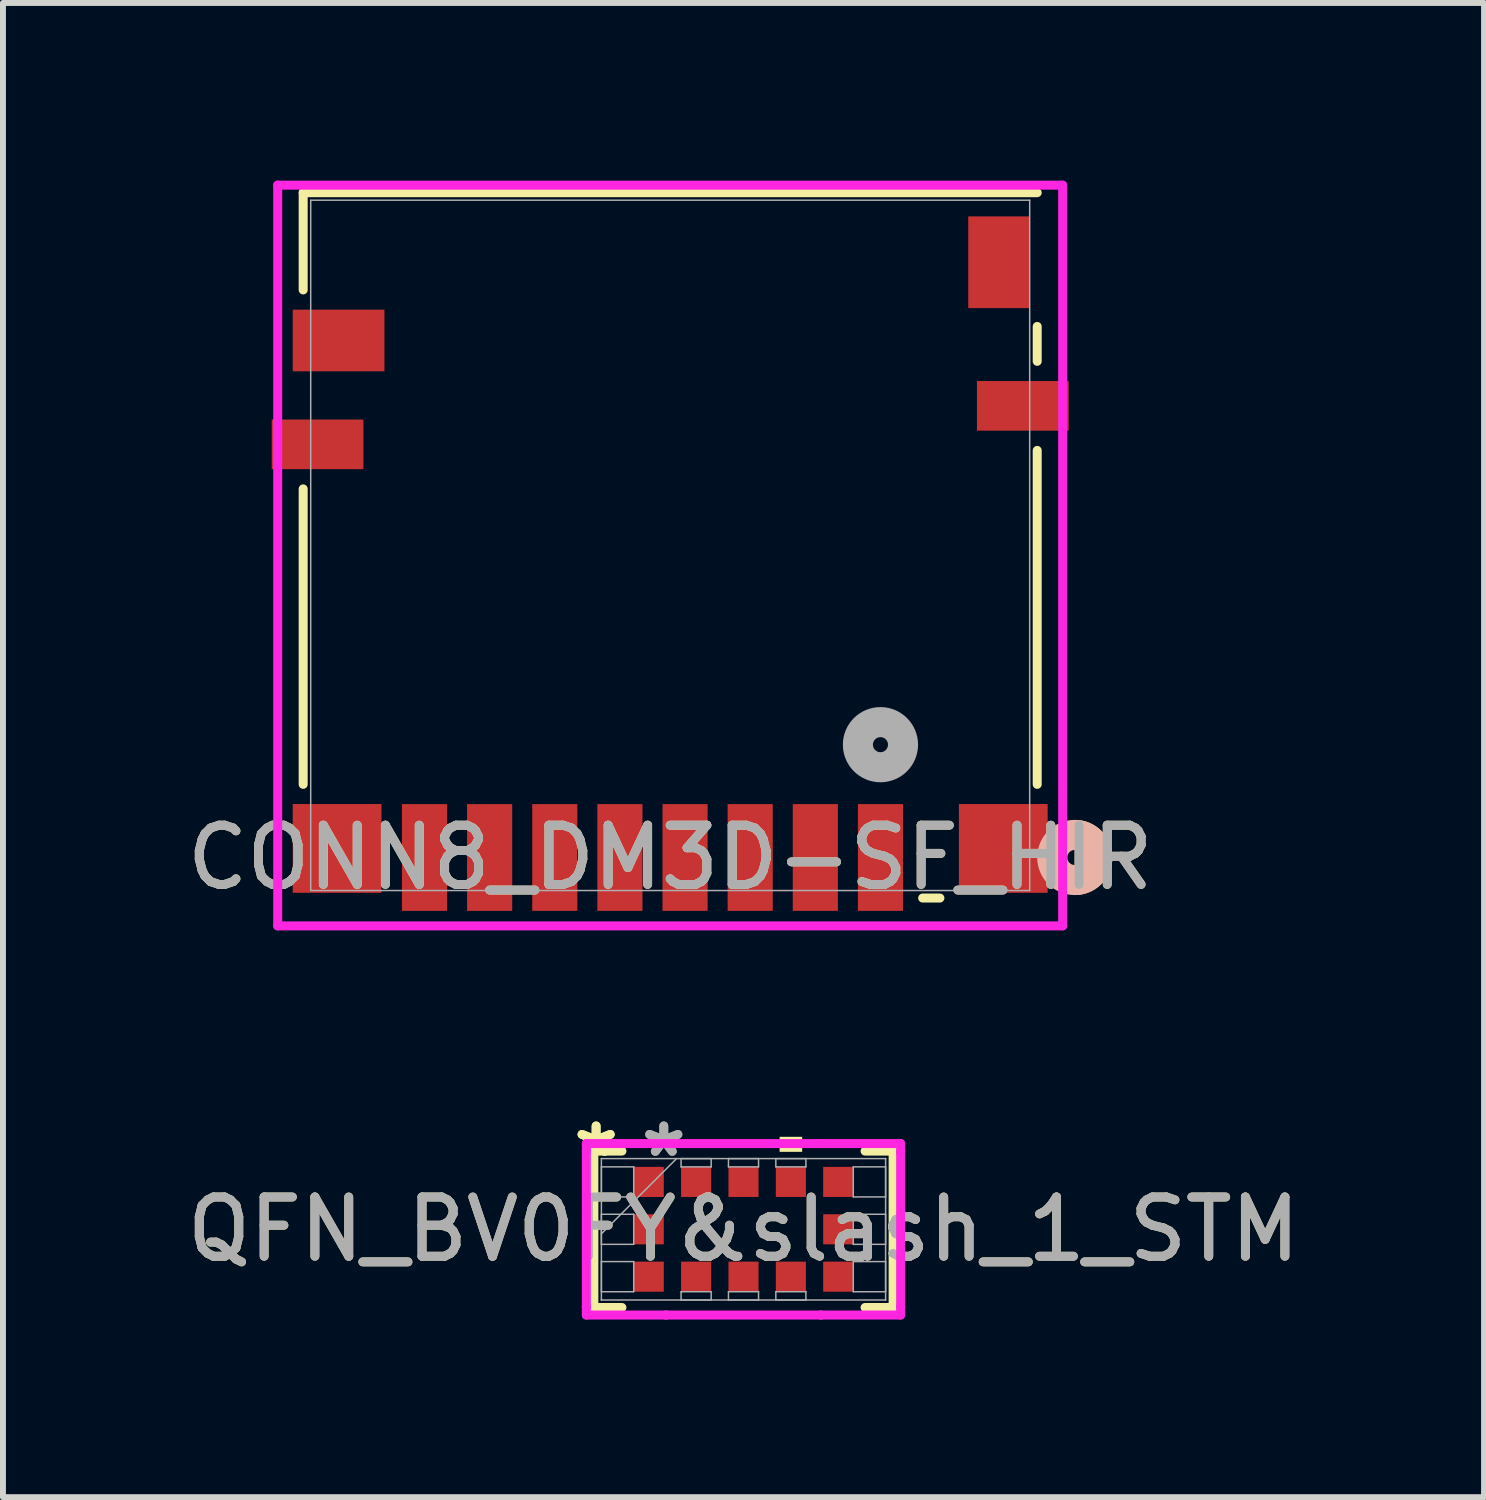
<source format=kicad_pcb>
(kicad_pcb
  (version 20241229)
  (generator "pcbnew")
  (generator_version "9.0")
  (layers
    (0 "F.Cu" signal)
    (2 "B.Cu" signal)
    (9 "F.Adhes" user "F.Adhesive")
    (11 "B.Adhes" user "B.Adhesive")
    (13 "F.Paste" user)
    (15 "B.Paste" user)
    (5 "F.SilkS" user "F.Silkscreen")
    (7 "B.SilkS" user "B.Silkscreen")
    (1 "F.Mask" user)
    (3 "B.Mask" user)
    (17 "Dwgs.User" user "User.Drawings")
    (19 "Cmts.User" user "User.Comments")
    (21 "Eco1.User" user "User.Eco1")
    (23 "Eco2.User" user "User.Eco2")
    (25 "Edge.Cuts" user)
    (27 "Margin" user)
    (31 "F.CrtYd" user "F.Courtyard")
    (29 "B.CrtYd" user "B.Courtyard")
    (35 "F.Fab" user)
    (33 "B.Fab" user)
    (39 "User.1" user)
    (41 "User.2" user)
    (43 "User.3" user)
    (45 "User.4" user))
  (footprint "QFN_BV0FY&slash_1_STM"
    (layer "F.Cu")
    (at 9.506 17.71)
    (property "Reference" "QFN_BV0FY&slash_1_STM" (at 0 0 0) (unlocked yes) (layer "F.SilkS") (effects (font (size 1 1) (thickness 0.15))))
    (attr smd)
    (fp_line (start -2.527 -1.321) (end -2.527 1.321) (stroke (width 0.152) (type solid)) (layer "F.SilkS"))
    (fp_line (start -2.527 1.321) (end -2.053 1.321) (stroke (width 0.152) (type solid)) (layer "F.SilkS"))
    (fp_line (start -2.053 -1.321) (end -2.527 -1.321) (stroke (width 0.152) (type solid)) (layer "F.SilkS"))
    (fp_line (start 2.053 1.321) (end 2.527 1.321) (stroke (width 0.152) (type solid)) (layer "F.SilkS"))
    (fp_line (start 2.527 -1.321) (end 2.053 -1.321) (stroke (width 0.152) (type solid)) (layer "F.SilkS"))
    (fp_line (start 2.527 1.321) (end 2.527 -1.321) (stroke (width 0.152) (type solid)) (layer "F.SilkS"))
    (fp_poly (pts (xy 0.61 -1.308) (xy 0.61 -1.562) (xy 0.991 -1.562) (xy 0.991 -1.308)) (stroke (width 0) (type solid)) (fill yes) (layer "F.SilkS"))
    (fp_line (start -2.654 -1.448) (end -1.308 -1.448) (stroke (width 0.152) (type solid)) (layer "F.CrtYd"))
    (fp_line (start -2.654 -1.308) (end -2.654 -1.448) (stroke (width 0.152) (type solid)) (layer "F.CrtYd"))
    (fp_line (start -2.654 -1.308) (end -2.654 -1.308) (stroke (width 0.152) (type solid)) (layer "F.CrtYd"))
    (fp_line (start -2.654 1.308) (end -2.654 -1.308) (stroke (width 0.152) (type solid)) (layer "F.CrtYd"))
    (fp_line (start -2.654 1.308) (end -2.654 1.308) (stroke (width 0.152) (type solid)) (layer "F.CrtYd"))
    (fp_line (start -2.654 1.448) (end -2.654 1.308) (stroke (width 0.152) (type solid)) (layer "F.CrtYd"))
    (fp_line (start -1.308 -1.448) (end -1.308 -1.448) (stroke (width 0.152) (type solid)) (layer "F.CrtYd"))
    (fp_line (start -1.308 -1.448) (end 1.308 -1.448) (stroke (width 0.152) (type solid)) (layer "F.CrtYd"))
    (fp_line (start -1.308 1.448) (end -2.654 1.448) (stroke (width 0.152) (type solid)) (layer "F.CrtYd"))
    (fp_line (start -1.308 1.448) (end -1.308 1.448) (stroke (width 0.152) (type solid)) (layer "F.CrtYd"))
    (fp_line (start 1.308 -1.448) (end 1.308 -1.448) (stroke (width 0.152) (type solid)) (layer "F.CrtYd"))
    (fp_line (start 1.308 -1.448) (end 2.654 -1.448) (stroke (width 0.152) (type solid)) (layer "F.CrtYd"))
    (fp_line (start 1.308 1.448) (end -1.308 1.448) (stroke (width 0.152) (type solid)) (layer "F.CrtYd"))
    (fp_line (start 1.308 1.448) (end 1.308 1.448) (stroke (width 0.152) (type solid)) (layer "F.CrtYd"))
    (fp_line (start 2.654 -1.448) (end 2.654 -1.308) (stroke (width 0.152) (type solid)) (layer "F.CrtYd"))
    (fp_line (start 2.654 -1.308) (end 2.654 -1.308) (stroke (width 0.152) (type solid)) (layer "F.CrtYd"))
    (fp_line (start 2.654 -1.308) (end 2.654 1.308) (stroke (width 0.152) (type solid)) (layer "F.CrtYd"))
    (fp_line (start 2.654 1.308) (end 2.654 1.308) (stroke (width 0.152) (type solid)) (layer "F.CrtYd"))
    (fp_line (start 2.654 1.308) (end 2.654 1.448) (stroke (width 0.152) (type solid)) (layer "F.CrtYd"))
    (fp_line (start 2.654 1.448) (end 1.308 1.448) (stroke (width 0.152) (type solid)) (layer "F.CrtYd"))
    (fp_line (start -2.4 -1.194) (end -2.4 -1.194) (stroke (width 0.025) (type solid)) (layer "F.Fab"))
    (fp_line (start -2.4 -1.194) (end -2.4 1.194) (stroke (width 0.025) (type solid)) (layer "F.Fab"))
    (fp_line (start -2.4 -1.054) (end -1.854 -1.054) (stroke (width 0.025) (type solid)) (layer "F.Fab"))
    (fp_line (start -2.4 -0.546) (end -2.4 -1.054) (stroke (width 0.025) (type solid)) (layer "F.Fab"))
    (fp_line (start -2.4 -0.254) (end -1.854 -0.254) (stroke (width 0.025) (type solid)) (layer "F.Fab"))
    (fp_line (start -2.4 0.076) (end -1.13 -1.194) (stroke (width 0.025) (type solid)) (layer "F.Fab"))
    (fp_line (start -2.4 0.254) (end -2.4 -0.254) (stroke (width 0.025) (type solid)) (layer "F.Fab"))
    (fp_line (start -2.4 0.546) (end -1.854 0.546) (stroke (width 0.025) (type solid)) (layer "F.Fab"))
    (fp_line (start -2.4 1.054) (end -2.4 0.546) (stroke (width 0.025) (type solid)) (layer "F.Fab"))
    (fp_line (start -2.4 1.194) (end -2.4 1.194) (stroke (width 0.025) (type solid)) (layer "F.Fab"))
    (fp_line (start -2.4 1.194) (end 2.4 1.194) (stroke (width 0.025) (type solid)) (layer "F.Fab"))
    (fp_line (start -1.854 -1.054) (end -1.854 -0.546) (stroke (width 0.025) (type solid)) (layer "F.Fab"))
    (fp_line (start -1.854 -0.546) (end -2.4 -0.546) (stroke (width 0.025) (type solid)) (layer "F.Fab"))
    (fp_line (start -1.854 -0.254) (end -1.854 0.254) (stroke (width 0.025) (type solid)) (layer "F.Fab"))
    (fp_line (start -1.854 0.254) (end -2.4 0.254) (stroke (width 0.025) (type solid)) (layer "F.Fab"))
    (fp_line (start -1.854 0.546) (end -1.854 1.054) (stroke (width 0.025) (type solid)) (layer "F.Fab"))
    (fp_line (start -1.854 1.054) (end -2.4 1.054) (stroke (width 0.025) (type solid)) (layer "F.Fab"))
    (fp_line (start -1.054 -1.194) (end -0.546 -1.194) (stroke (width 0.025) (type solid)) (layer "F.Fab"))
    (fp_line (start -1.054 -1.054) (end -1.054 -1.194) (stroke (width 0.025) (type solid)) (layer "F.Fab"))
    (fp_line (start -1.054 1.054) (end -0.546 1.054) (stroke (width 0.025) (type solid)) (layer "F.Fab"))
    (fp_line (start -1.054 1.194) (end -1.054 1.054) (stroke (width 0.025) (type solid)) (layer "F.Fab"))
    (fp_line (start -0.546 -1.194) (end -0.546 -1.054) (stroke (width 0.025) (type solid)) (layer "F.Fab"))
    (fp_line (start -0.546 -1.054) (end -1.054 -1.054) (stroke (width 0.025) (type solid)) (layer "F.Fab"))
    (fp_line (start -0.546 1.054) (end -0.546 1.194) (stroke (width 0.025) (type solid)) (layer "F.Fab"))
    (fp_line (start -0.546 1.194) (end -1.054 1.194) (stroke (width 0.025) (type solid)) (layer "F.Fab"))
    (fp_line (start -0.254 -1.194) (end 0.254 -1.194) (stroke (width 0.025) (type solid)) (layer "F.Fab"))
    (fp_line (start -0.254 -1.054) (end -0.254 -1.194) (stroke (width 0.025) (type solid)) (layer "F.Fab"))
    (fp_line (start -0.254 1.054) (end 0.254 1.054) (stroke (width 0.025) (type solid)) (layer "F.Fab"))
    (fp_line (start -0.254 1.194) (end -0.254 1.054) (stroke (width 0.025) (type solid)) (layer "F.Fab"))
    (fp_line (start 0.254 -1.194) (end 0.254 -1.054) (stroke (width 0.025) (type solid)) (layer "F.Fab"))
    (fp_line (start 0.254 -1.054) (end -0.254 -1.054) (stroke (width 0.025) (type solid)) (layer "F.Fab"))
    (fp_line (start 0.254 1.054) (end 0.254 1.194) (stroke (width 0.025) (type solid)) (layer "F.Fab"))
    (fp_line (start 0.254 1.194) (end -0.254 1.194) (stroke (width 0.025) (type solid)) (layer "F.Fab"))
    (fp_line (start 0.546 -1.194) (end 1.054 -1.194) (stroke (width 0.025) (type solid)) (layer "F.Fab"))
    (fp_line (start 0.546 -1.054) (end 0.546 -1.194) (stroke (width 0.025) (type solid)) (layer "F.Fab"))
    (fp_line (start 0.546 1.054) (end 1.054 1.054) (stroke (width 0.025) (type solid)) (layer "F.Fab"))
    (fp_line (start 0.546 1.194) (end 0.546 1.054) (stroke (width 0.025) (type solid)) (layer "F.Fab"))
    (fp_line (start 1.054 -1.194) (end 1.054 -1.054) (stroke (width 0.025) (type solid)) (layer "F.Fab"))
    (fp_line (start 1.054 -1.054) (end 0.546 -1.054) (stroke (width 0.025) (type solid)) (layer "F.Fab"))
    (fp_line (start 1.054 1.054) (end 1.054 1.194) (stroke (width 0.025) (type solid)) (layer "F.Fab"))
    (fp_line (start 1.054 1.194) (end 0.546 1.194) (stroke (width 0.025) (type solid)) (layer "F.Fab"))
    (fp_line (start 1.854 -1.054) (end 2.4 -1.054) (stroke (width 0.025) (type solid)) (layer "F.Fab"))
    (fp_line (start 1.854 -0.546) (end 1.854 -1.054) (stroke (width 0.025) (type solid)) (layer "F.Fab"))
    (fp_line (start 1.854 -0.254) (end 2.4 -0.254) (stroke (width 0.025) (type solid)) (layer "F.Fab"))
    (fp_line (start 1.854 0.254) (end 1.854 -0.254) (stroke (width 0.025) (type solid)) (layer "F.Fab"))
    (fp_line (start 1.854 0.546) (end 2.4 0.546) (stroke (width 0.025) (type solid)) (layer "F.Fab"))
    (fp_line (start 1.854 1.054) (end 1.854 0.546) (stroke (width 0.025) (type solid)) (layer "F.Fab"))
    (fp_line (start 2.4 -1.194) (end -2.4 -1.194) (stroke (width 0.025) (type solid)) (layer "F.Fab"))
    (fp_line (start 2.4 -1.194) (end 2.4 -1.194) (stroke (width 0.025) (type solid)) (layer "F.Fab"))
    (fp_line (start 2.4 -1.054) (end 2.4 -0.546) (stroke (width 0.025) (type solid)) (layer "F.Fab"))
    (fp_line (start 2.4 -0.546) (end 1.854 -0.546) (stroke (width 0.025) (type solid)) (layer "F.Fab"))
    (fp_line (start 2.4 -0.254) (end 2.4 0.254) (stroke (width 0.025) (type solid)) (layer "F.Fab"))
    (fp_line (start 2.4 0.254) (end 1.854 0.254) (stroke (width 0.025) (type solid)) (layer "F.Fab"))
    (fp_line (start 2.4 0.546) (end 2.4 1.054) (stroke (width 0.025) (type solid)) (layer "F.Fab"))
    (fp_line (start 2.4 1.054) (end 1.854 1.054) (stroke (width 0.025) (type solid)) (layer "F.Fab"))
    (fp_line (start 2.4 1.194) (end 2.4 -1.194) (stroke (width 0.025) (type solid)) (layer "F.Fab"))
    (fp_line (start 2.4 1.194) (end 2.4 1.194) (stroke (width 0.025) (type solid)) (layer "F.Fab"))
    (fp_text user "*" (at -2.489 -1.2 0) (unlocked yes) (layer "F.SilkS") (effects (font (size 1 1) (thickness 0.15))))
    (fp_text user "*" (at -2.489 -1.2 0) (layer "F.SilkS") (effects (font (size 1 1) (thickness 0.15))))
    (fp_text user "*" (at -1.346 -1.2 0) (unlocked yes) (layer "F.Fab") (effects (font (size 1 1) (thickness 0.15))))
    (fp_text user "*" (at -1.346 -1.2 0) (layer "F.Fab") (effects (font (size 1 1) (thickness 0.15))))
    (fp_text user "${REFERENCE}" (at 0 0 0) (unlocked yes) (layer "F.Fab") (effects (font (size 1 1) (thickness 0.15))))
    (pad "1" smd rect (at -1.6 -0.8 90) (size 0.508 0.508) (layers "F.Cu" "F.Mask" "F.Paste"))
    (pad "2" smd rect (at -0.8 -0.8) (size 0.508 0.508) (layers "F.Cu" "F.Mask" "F.Paste"))
    (pad "3" smd rect (at 0 -0.8) (size 0.508 0.508) (layers "F.Cu" "F.Mask" "F.Paste"))
    (pad "4" smd rect (at 0.8 -0.8) (size 0.508 0.508) (layers "F.Cu" "F.Mask" "F.Paste"))
    (pad "5" smd rect (at 1.6 -0.8 90) (size 0.508 0.508) (layers "F.Cu" "F.Mask" "F.Paste"))
    (pad "6" smd rect (at 1.6 0 90) (size 0.508 0.508) (layers "F.Cu" "F.Mask" "F.Paste"))
    (pad "7" smd rect (at 1.6 0.8 90) (size 0.508 0.508) (layers "F.Cu" "F.Mask" "F.Paste"))
    (pad "8" smd rect (at 0.8 0.8) (size 0.508 0.508) (layers "F.Cu" "F.Mask" "F.Paste"))
    (pad "9" smd rect (at 0 0.8) (size 0.508 0.508) (layers "F.Cu" "F.Mask" "F.Paste"))
    (pad "10" smd rect (at -0.8 0.8) (size 0.508 0.508) (layers "F.Cu" "F.Mask" "F.Paste"))
    (pad "11" smd rect (at -1.6 0.8 90) (size 0.508 0.508) (layers "F.Cu" "F.Mask" "F.Paste"))
    (pad "12" smd rect (at -1.6 0 90) (size 0.508 0.508) (layers "F.Cu" "F.Mask" "F.Paste")))
  (footprint "CONN8_DM3D-SF_HIR"
    (layer "F.Cu")
    (at 8.268 6.16)
    (property "Reference" "CONN8_DM3D-SF_HIR" (at 0 5.271 0) (unlocked yes) (layer "F.SilkS") (effects (font (size 1 1) (thickness 0.15))))
    (attr smd)
    (fp_line (start -6.198 -5.956) (end -6.198 -4.314) (stroke (width 0.152) (type solid)) (layer "F.SilkS"))
    (fp_line (start -6.198 -0.954) (end -6.198 4.036) (stroke (width 0.152) (type solid)) (layer "F.SilkS"))
    (fp_line (start 4.264 5.956) (end 4.555 5.956) (stroke (width 0.152) (type solid)) (layer "F.SilkS"))
    (fp_line (start 6.198 -5.956) (end -6.198 -5.956) (stroke (width 0.152) (type solid)) (layer "F.SilkS"))
    (fp_line (start 6.198 -3.108) (end 6.198 -3.697) (stroke (width 0.152) (type solid)) (layer "F.SilkS"))
    (fp_line (start 6.198 4.036) (end 6.198 -1.604) (stroke (width 0.152) (type solid)) (layer "F.SilkS"))
    (fp_arc (start 6.88484 4.893299) (mid 7.119884 5.020443) (end 7.2136 5.270701) (stroke (width 0.508) (type solid)) (layer "F.SilkS"))
    (fp_arc (start 7.2136 5.270701) (mid 7.119884 5.520958) (end 6.88484 5.648102) (stroke (width 0.508) (type solid)) (layer "F.SilkS"))
    (fp_circle (center 6.833 5.271) (end 7.214 5.271) (stroke (width 0.508) (type solid)) (fill no) (layer "B.SilkS"))
    (fp_line (start -6.628 -6.083) (end -6.628 6.426) (stroke (width 0.152) (type solid)) (layer "F.CrtYd"))
    (fp_line (start -6.628 6.426) (end 6.628 6.426) (stroke (width 0.152) (type solid)) (layer "F.CrtYd"))
    (fp_line (start 6.628 -6.083) (end -6.628 -6.083) (stroke (width 0.152) (type solid)) (layer "F.CrtYd"))
    (fp_line (start 6.628 6.426) (end 6.628 -6.083) (stroke (width 0.152) (type solid)) (layer "F.CrtYd"))
    (fp_line (start -6.071 -5.829) (end -6.071 5.829) (stroke (width 0.025) (type solid)) (layer "F.Fab"))
    (fp_line (start -6.071 5.829) (end 6.071 5.829) (stroke (width 0.025) (type solid)) (layer "F.Fab"))
    (fp_line (start 6.071 -5.829) (end -6.071 -5.829) (stroke (width 0.025) (type solid)) (layer "F.Fab"))
    (fp_line (start 6.071 5.829) (end 6.071 -5.829) (stroke (width 0.025) (type solid)) (layer "F.Fab"))
    (fp_circle (center 3.551 3.366) (end 3.932 3.366) (stroke (width 0.508) (type solid)) (fill no) (layer "F.Fab"))
    (fp_text user "${REFERENCE}" (at 0 5.271 0) (unlocked yes) (layer "F.Fab") (effects (font (size 1 1) (thickness 0.15))))
    (pad "1" smd rect (at 3.551 5.271) (size 0.762 1.803) (layers "F.Cu" "F.Mask" "F.Paste"))
    (pad "2" smd rect (at 2.451 5.271) (size 0.762 1.803) (layers "F.Cu" "F.Mask" "F.Paste"))
    (pad "3" smd rect (at 1.351 5.271) (size 0.762 1.803) (layers "F.Cu" "F.Mask" "F.Paste"))
    (pad "4" smd rect (at 0.251 5.271) (size 0.762 1.803) (layers "F.Cu" "F.Mask" "F.Paste"))
    (pad "5" smd rect (at -0.849 5.271) (size 0.762 1.803) (layers "F.Cu" "F.Mask" "F.Paste"))
    (pad "6" smd rect (at -1.949 5.271) (size 0.762 1.803) (layers "F.Cu" "F.Mask" "F.Paste"))
    (pad "7" smd rect (at -3.049 5.271) (size 0.762 1.803) (layers "F.Cu" "F.Mask" "F.Paste"))
    (pad "8" smd rect (at -4.149 5.271) (size 0.762 1.803) (layers "F.Cu" "F.Mask" "F.Paste"))
    (pad "9" smd rect (at -5.625 5.118) (size 1.499 1.499) (layers "F.Cu" "F.Mask" "F.Paste"))
    (pad "10" smd rect (at 5.625 5.118) (size 1.499 1.499) (layers "F.Cu" "F.Mask" "F.Paste"))
    (pad "11" smd rect (at -5.955 -1.706) (size 1.549 0.838) (layers "F.Cu" "F.Mask" "F.Paste"))
    (pad "12" smd rect (at 5.955 -2.356) (size 1.549 0.838) (layers "F.Cu" "F.Mask" "F.Paste"))
    (pad "13" smd rect (at -5.6 -3.46) (size 1.549 1.041) (layers "F.Cu" "F.Mask" "F.Paste"))
    (pad "14" smd rect (at 5.554 -4.781) (size 1.041 1.549) (layers "F.Cu" "F.Mask" "F.Paste")))
  (gr_rect
    (start -3 -3)
    (end 22.012 22.234)
    (stroke (width 0.1) (type default))
    (fill no)
    (layer "Edge.Cuts")))
</source>
